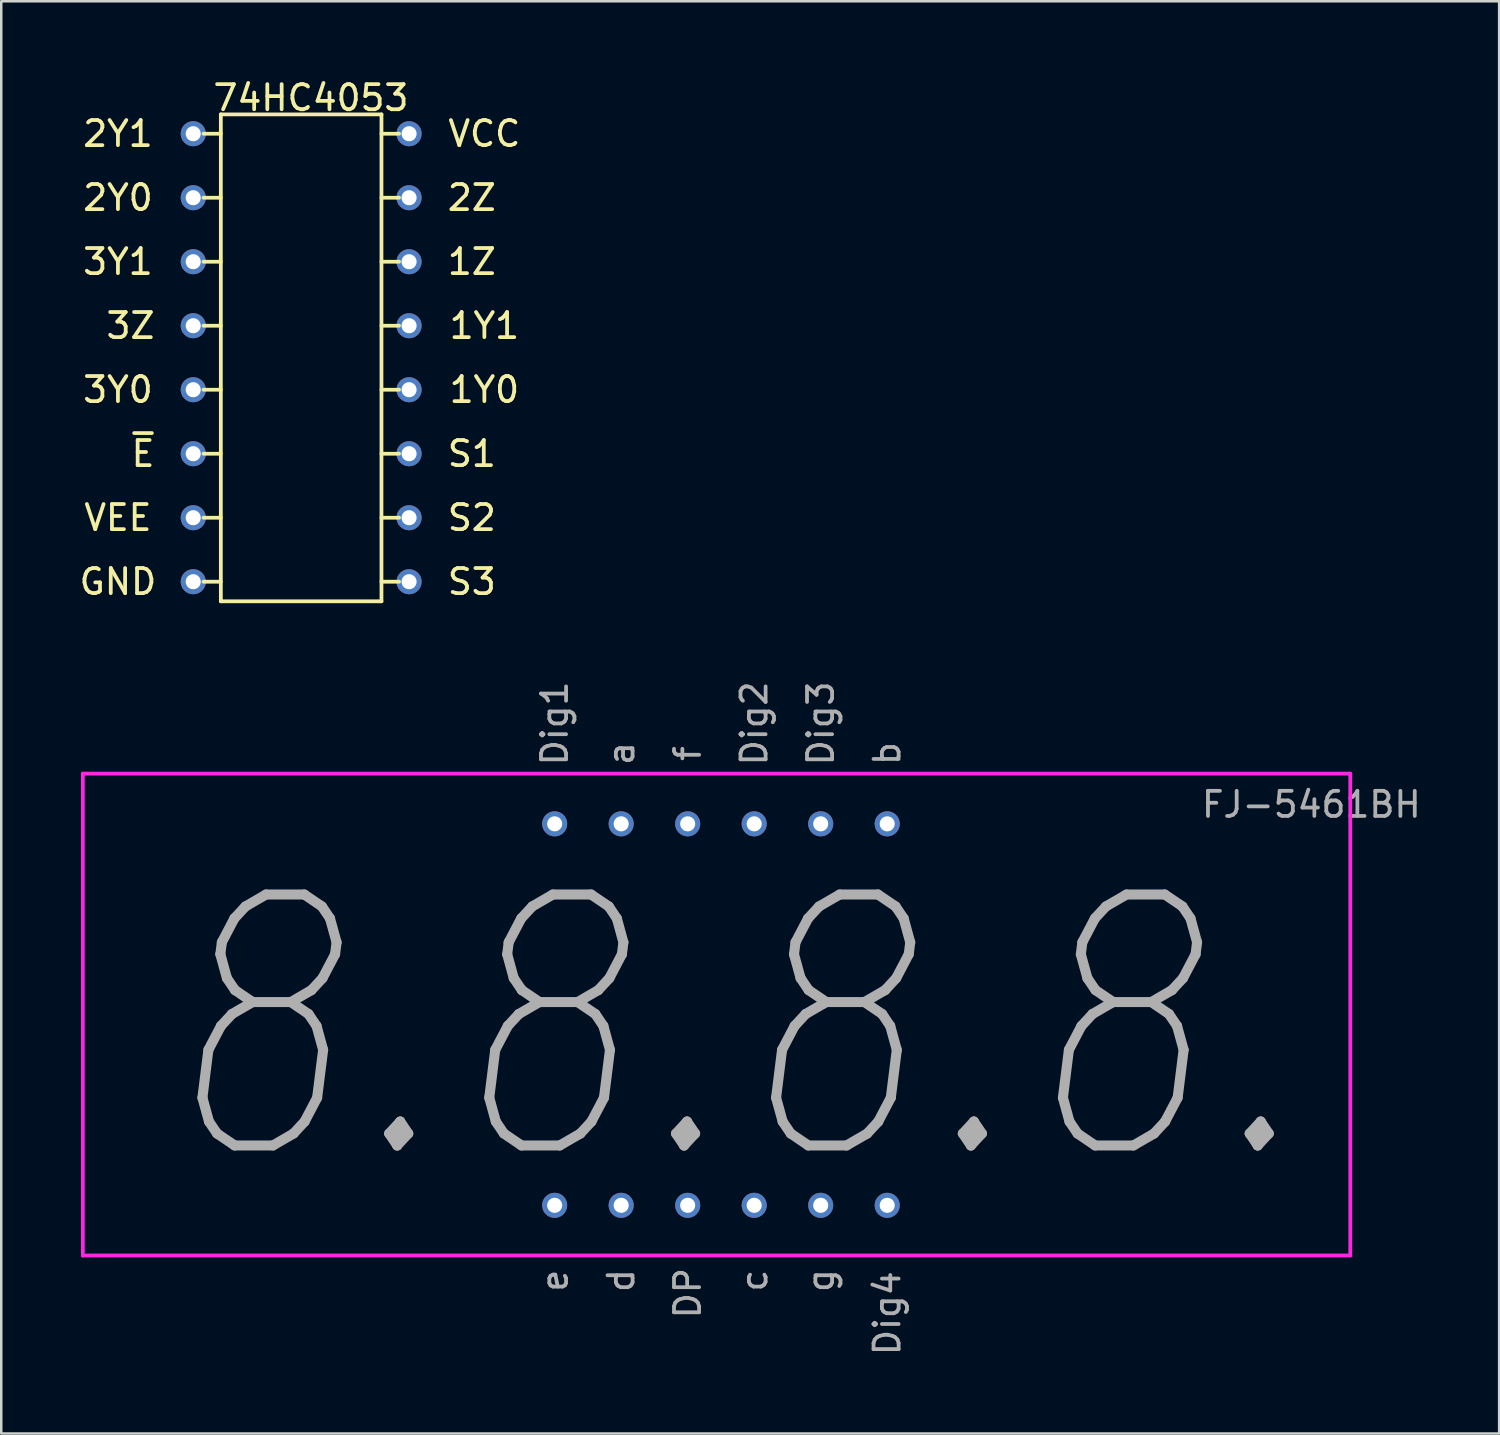
<source format=kicad_pcb>
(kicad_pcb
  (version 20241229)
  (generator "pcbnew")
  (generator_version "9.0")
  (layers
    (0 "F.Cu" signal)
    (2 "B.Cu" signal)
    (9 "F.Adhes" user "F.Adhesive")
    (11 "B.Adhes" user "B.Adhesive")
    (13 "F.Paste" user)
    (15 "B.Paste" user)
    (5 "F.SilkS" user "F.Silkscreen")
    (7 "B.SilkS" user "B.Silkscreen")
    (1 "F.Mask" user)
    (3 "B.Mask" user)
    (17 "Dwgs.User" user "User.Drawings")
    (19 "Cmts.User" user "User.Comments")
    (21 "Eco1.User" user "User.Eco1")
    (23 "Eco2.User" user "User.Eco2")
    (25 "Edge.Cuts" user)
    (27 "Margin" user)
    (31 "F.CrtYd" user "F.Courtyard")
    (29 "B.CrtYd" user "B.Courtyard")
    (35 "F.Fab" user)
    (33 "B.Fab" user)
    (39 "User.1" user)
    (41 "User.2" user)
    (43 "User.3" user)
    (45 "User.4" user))
  (footprint "FJ-5461BH"
    (layer "F.Cu")
    (at 0.25 27.775)
    (property "Reference" "FJ-5461BH" (at 48.95 1.23 0) (layer "F.Fab") (effects (font (size 1 1) (thickness 0.15))))
    (attr through_hole)
    (fp_line (start 0 0) (end 50.5 0) (stroke (width 0.15) (type solid)) (layer "F.CrtYd"))
    (fp_line (start 0 19.2) (end 0 0) (stroke (width 0.15) (type solid)) (layer "F.CrtYd"))
    (fp_line (start 50.5 0) (end 50.5 19.2) (stroke (width 0.15) (type solid)) (layer "F.CrtYd"))
    (fp_line (start 50.5 19.2) (end 0 19.2) (stroke (width 0.15) (type solid)) (layer "F.CrtYd"))
    (fp_text user "DP" (at 24.1 20.7 90) (layer "F.Fab") (effects (font (size 1 1) (thickness 0.15))))
    (fp_text user "Dig1" (at 18.8 -2 90) (layer "F.Fab") (effects (font (size 1 1) (thickness 0.15))))
    (fp_text user "8.8.8.8." (at 25.92 10.21 0) (layer "F.Fab") (effects (font (size 10 8) (thickness 0.4) (italic yes))))
    (fp_text user "Dig3" (at 29.4 -2 90) (layer "F.Fab") (effects (font (size 1 1) (thickness 0.15))))
    (fp_text user "Dig4" (at 32.05 21.5 90) (layer "F.Fab") (effects (font (size 1 1) (thickness 0.15))))
    (fp_text user "g" (at 29.4 20.2 90) (layer "F.Fab") (effects (font (size 1 1) (thickness 0.15))))
    (fp_text user "Dig2" (at 26.75 -2 90) (layer "F.Fab") (effects (font (size 1 1) (thickness 0.15))))
    (fp_text user "b" (at 32.05 -0.8 90) (layer "F.Fab") (effects (font (size 1 1) (thickness 0.15))))
    (fp_text user "c" (at 26.75 20.2 90) (layer "F.Fab") (effects (font (size 1 1) (thickness 0.15))))
    (fp_text user "f" (at 24.1 -0.8 90) (layer "F.Fab") (effects (font (size 1 1) (thickness 0.15))))
    (fp_text user "d" (at 21.45 20.2 90) (layer "F.Fab") (effects (font (size 1 1) (thickness 0.15))))
    (fp_text user "e" (at 18.8 20.2 90) (layer "F.Fab") (effects (font (size 1 1) (thickness 0.15))))
    (fp_text user "a" (at 21.45 -0.8 90) (layer "F.Fab") (effects (font (size 1 1) (thickness 0.15))))
    (pad "1" thru_hole circle (at 18.8 17.2) (size 1 1) (drill 0.6) (layers "*.Cu" "*.Mask"))
    (pad "2" thru_hole circle (at 21.45 17.2) (size 1 1) (drill 0.6) (layers "*.Cu" "*.Mask"))
    (pad "3" thru_hole circle (at 24.1 17.2) (size 1 1) (drill 0.6) (layers "*.Cu" "*.Mask"))
    (pad "4" thru_hole circle (at 26.75 17.2) (size 1 1) (drill 0.6) (layers "*.Cu" "*.Mask"))
    (pad "5" thru_hole circle (at 29.4 17.2) (size 1 1) (drill 0.6) (layers "*.Cu" "*.Mask"))
    (pad "6" thru_hole circle (at 32.05 17.2) (size 1 1) (drill 0.6) (layers "*.Cu" "*.Mask"))
    (pad "7" thru_hole circle (at 32.05 2) (size 1 1) (drill 0.6) (layers "*.Cu" "*.Mask"))
    (pad "8" thru_hole circle (at 29.4 2) (size 1 1) (drill 0.6) (layers "*.Cu" "*.Mask"))
    (pad "9" thru_hole circle (at 26.75 2) (size 1 1) (drill 0.6) (layers "*.Cu" "*.Mask"))
    (pad "10" thru_hole circle (at 24.1 2) (size 1 1) (drill 0.6) (layers "*.Cu" "*.Mask"))
    (pad "11" thru_hole circle (at 21.45 2) (size 1 1) (drill 0.6) (layers "*.Cu" "*.Mask"))
    (pad "12" thru_hole circle (at 18.8 2) (size 1 1) (drill 0.6) (layers "*.Cu" "*.Mask")))
  (footprint "74HC4053"
    (layer "F.Cu")
    (at 4.649 1.508)
    (property "Reference" "74HC4053" (at 4.69 -0.66 0) (layer "F.SilkS") (effects (font (size 1 1) (thickness 0.15))))
    (attr through_hole)
    (fp_line (start 0.41 0.77) (end 1.1 0.77) (stroke (width 0.15) (type solid)) (layer "F.SilkS"))
    (fp_line (start 0.41 3.32) (end 1.1 3.32) (stroke (width 0.15) (type solid)) (layer "F.SilkS"))
    (fp_line (start 0.41 5.87) (end 1.1 5.87) (stroke (width 0.15) (type solid)) (layer "F.SilkS"))
    (fp_line (start 0.41 8.42) (end 1.1 8.42) (stroke (width 0.15) (type solid)) (layer "F.SilkS"))
    (fp_line (start 0.41 10.97) (end 1.1 10.97) (stroke (width 0.15) (type solid)) (layer "F.SilkS"))
    (fp_line (start 0.41 13.52) (end 1.09 13.52) (stroke (width 0.15) (type solid)) (layer "F.SilkS"))
    (fp_line (start 0.41 16.07) (end 1.1 16.07) (stroke (width 0.15) (type solid)) (layer "F.SilkS"))
    (fp_line (start 0.41 18.62) (end 1.1 18.62) (stroke (width 0.15) (type solid)) (layer "F.SilkS"))
    (fp_line (start 1.1 0) (end 7.5 0) (stroke (width 0.15) (type solid)) (layer "F.SilkS"))
    (fp_line (start 1.1 19.4) (end 1.1 0) (stroke (width 0.15) (type solid)) (layer "F.SilkS"))
    (fp_line (start 7.5 0) (end 7.5 19.4) (stroke (width 0.15) (type solid)) (layer "F.SilkS"))
    (fp_line (start 7.5 19.4) (end 1.1 19.4) (stroke (width 0.15) (type solid)) (layer "F.SilkS"))
    (fp_line (start 8.2 0.77) (end 7.5 0.77) (stroke (width 0.15) (type solid)) (layer "F.SilkS"))
    (fp_line (start 8.2 3.32) (end 7.5 3.32) (stroke (width 0.15) (type solid)) (layer "F.SilkS"))
    (fp_line (start 8.2 5.87) (end 7.5 5.87) (stroke (width 0.15) (type solid)) (layer "F.SilkS"))
    (fp_line (start 8.2 8.42) (end 7.5 8.42) (stroke (width 0.15) (type solid)) (layer "F.SilkS"))
    (fp_line (start 8.2 10.97) (end 7.5 10.97) (stroke (width 0.15) (type solid)) (layer "F.SilkS"))
    (fp_line (start 8.2 13.52) (end 7.5 13.52) (stroke (width 0.15) (type solid)) (layer "F.SilkS"))
    (fp_line (start 8.2 16.07) (end 7.5 16.07) (stroke (width 0.15) (type solid)) (layer "F.SilkS"))
    (fp_line (start 8.2 18.62) (end 7.5 18.62) (stroke (width 0.15) (type solid)) (layer "F.SilkS"))
    (fp_text user "3Y0" (at -3 10.97 0) (layer "F.SilkS") (effects (font (size 1 1) (thickness 0.15))))
    (fp_text user "S3" (at 11.1 18.62 0) (layer "F.SilkS") (effects (font (size 1 1) (thickness 0.15))))
    (fp_text user "3Y1" (at -3 5.87 0) (layer "F.SilkS") (effects (font (size 1 1) (thickness 0.15))))
    (fp_text user "VEE" (at -3 16.07 0) (layer "F.SilkS") (effects (font (size 1 1) (thickness 0.15))))
    (fp_text user "GND" (at -3 18.62 0) (layer "F.SilkS") (effects (font (size 1 1) (thickness 0.15))))
    (fp_text user "S1" (at 11.1 13.52 0) (layer "F.SilkS") (effects (font (size 1 1) (thickness 0.15))))
    (fp_text user "1Y1" (at 11.6 8.42 0) (layer "F.SilkS") (effects (font (size 1 1) (thickness 0.15))))
    (fp_text user "2Y1" (at -3 0.77 0) (layer "F.SilkS") (effects (font (size 1 1) (thickness 0.15))))
    (fp_text user "~{E}" (at -2 13.52 0) (layer "F.SilkS") (effects (font (size 1 1) (thickness 0.15))))
    (fp_text user "S2" (at 11.1 16.07 0) (layer "F.SilkS") (effects (font (size 1 1) (thickness 0.15))))
    (fp_text user "VCC" (at 11.6 0.77 0) (layer "F.SilkS") (effects (font (size 1 1) (thickness 0.15))))
    (fp_text user "2Z" (at 11.1 3.32 0) (layer "F.SilkS") (effects (font (size 1 1) (thickness 0.15))))
    (fp_text user "1Y0" (at 11.6 10.97 0) (layer "F.SilkS") (effects (font (size 1 1) (thickness 0.15))))
    (fp_text user "2Y0" (at -3 3.32 0) (layer "F.SilkS") (effects (font (size 1 1) (thickness 0.15))))
    (fp_text user "3Z" (at -2.5 8.42 0) (layer "F.SilkS") (effects (font (size 1 1) (thickness 0.15))))
    (fp_text user "1Z" (at 11.1 5.87 0) (layer "F.SilkS") (effects (font (size 1 1) (thickness 0.15))))
    (pad "1" thru_hole circle (at 0 0.77) (size 1 1) (drill 0.6) (layers "*.Cu" "*.Mask"))
    (pad "2" thru_hole circle (at 0 3.32) (size 1 1) (drill 0.6) (layers "*.Cu" "*.Mask"))
    (pad "3" thru_hole circle (at 0 5.87) (size 1 1) (drill 0.6) (layers "*.Cu" "*.Mask"))
    (pad "4" thru_hole circle (at 0 8.42) (size 1 1) (drill 0.6) (layers "*.Cu" "*.Mask"))
    (pad "5" thru_hole circle (at 0 10.97) (size 1 1) (drill 0.6) (layers "*.Cu" "*.Mask"))
    (pad "6" thru_hole circle (at 0 13.52) (size 1 1) (drill 0.6) (layers "*.Cu" "*.Mask"))
    (pad "7" thru_hole circle (at 0 16.07) (size 1 1) (drill 0.6) (layers "*.Cu" "*.Mask"))
    (pad "8" thru_hole circle (at 0 18.62) (size 1 1) (drill 0.6) (layers "*.Cu" "*.Mask"))
    (pad "9" thru_hole circle (at 8.6 18.62) (size 1 1) (drill 0.6) (layers "*.Cu" "*.Mask"))
    (pad "10" thru_hole circle (at 8.6 16.07) (size 1 1) (drill 0.6) (layers "*.Cu" "*.Mask"))
    (pad "11" thru_hole circle (at 8.6 13.52) (size 1 1) (drill 0.6) (layers "*.Cu" "*.Mask"))
    (pad "12" thru_hole circle (at 8.6 10.97) (size 1 1) (drill 0.6) (layers "*.Cu" "*.Mask"))
    (pad "13" thru_hole circle (at 8.6 8.42) (size 1 1) (drill 0.6) (layers "*.Cu" "*.Mask"))
    (pad "14" thru_hole circle (at 8.6 5.87) (size 1 1) (drill 0.6) (layers "*.Cu" "*.Mask"))
    (pad "15" thru_hole circle (at 8.6 3.32) (size 1 1) (drill 0.6) (layers "*.Cu" "*.Mask"))
    (pad "16" thru_hole circle (at 8.6 0.77) (size 1 1) (drill 0.6) (layers "*.Cu" "*.Mask")))
  (gr_rect
    (start -3 -3)
    (end 56.682 54.067)
    (stroke (width 0.1) (type default))
    (fill no)
    (layer "Edge.Cuts")))
</source>
